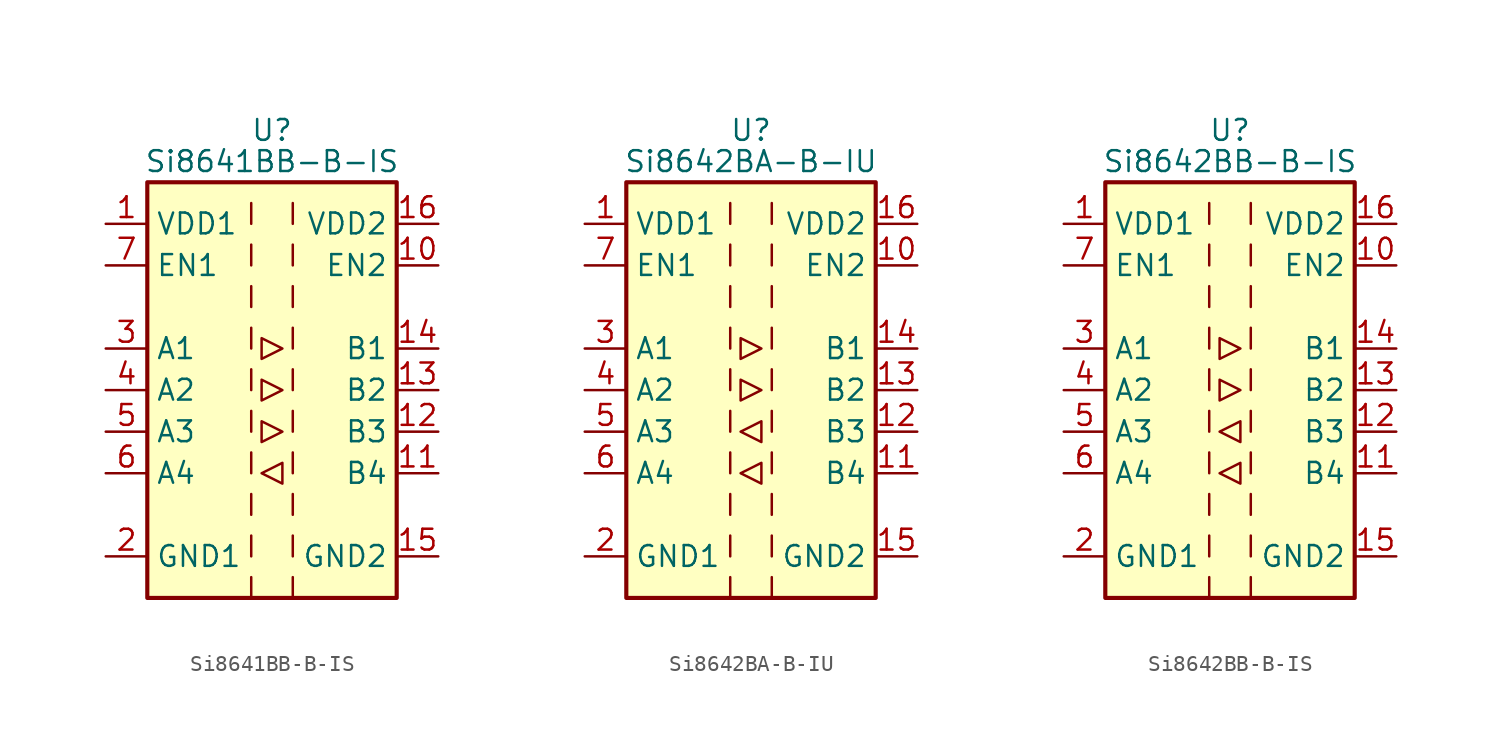
<source format=kicad_sym>
(kicad_symbol_lib
  (version 20201005)
  (generator kicad_symbol_editor)
  (symbol "Isolator_Digital:Si8641BB-B-IS"
    (property "Reference" "U"
      (at 0 15.875 0)
      (effects (font (size 1.27 1.27))))
    (property "Value" "Si8641BB-B-IS"
      (at 0 13.97 0)
      (effects (font (size 1.27 1.27))))
    (symbol "Si8641BB-B-IS_0_1"
      (rectangle (start -7.62 12.7) (end 7.62 -12.7) (stroke (width 0.254)) (fill (type background)))
      (polyline (pts (xy -1.27 -11.43) (xy -1.27 -12.7)) (stroke (width 0)) (fill (type none)))
      (polyline (pts (xy -1.27 -8.89) (xy -1.27 -10.16)) (stroke (width 0)) (fill (type none)))
      (polyline (pts (xy -1.27 -6.35) (xy -1.27 -7.62)) (stroke (width 0)) (fill (type none)))
      (polyline (pts (xy -1.27 -3.81) (xy -1.27 -5.08)) (stroke (width 0)) (fill (type none)))
      (polyline (pts (xy -1.27 -1.27) (xy -1.27 -2.54)) (stroke (width 0)) (fill (type none)))
      (polyline (pts (xy -1.27 1.27) (xy -1.27 0)) (stroke (width 0)) (fill (type none)))
      (polyline (pts (xy -1.27 3.81) (xy -1.27 2.54)) (stroke (width 0)) (fill (type none)))
      (polyline (pts (xy -1.27 6.35) (xy -1.27 5.08)) (stroke (width 0)) (fill (type none)))
      (polyline (pts (xy -1.27 8.89) (xy -1.27 7.62)) (stroke (width 0)) (fill (type none)))
      (polyline (pts (xy -1.27 11.43) (xy -1.27 10.16)) (stroke (width 0)) (fill (type none)))
      (polyline (pts (xy 1.27 -11.43) (xy 1.27 -12.7)) (stroke (width 0)) (fill (type none)))
      (polyline (pts (xy 1.27 -8.89) (xy 1.27 -10.16)) (stroke (width 0)) (fill (type none)))
      (polyline (pts (xy 1.27 -6.35) (xy 1.27 -7.62)) (stroke (width 0)) (fill (type none)))
      (polyline (pts (xy 1.27 -3.81) (xy 1.27 -5.08)) (stroke (width 0)) (fill (type none)))
      (polyline (pts (xy 1.27 -1.27) (xy 1.27 -2.54)) (stroke (width 0)) (fill (type none)))
      (polyline (pts (xy 1.27 1.27) (xy 1.27 0)) (stroke (width 0)) (fill (type none)))
      (polyline (pts (xy 1.27 3.81) (xy 1.27 2.54)) (stroke (width 0)) (fill (type none)))
      (polyline (pts (xy 1.27 6.35) (xy 1.27 5.08)) (stroke (width 0)) (fill (type none)))
      (polyline (pts (xy 1.27 8.89) (xy 1.27 7.62)) (stroke (width 0)) (fill (type none)))
      (polyline (pts (xy 1.27 11.43) (xy 1.27 10.16)) (stroke (width 0)) (fill (type none)))
      (polyline (pts (xy -0.635 -5.08) (xy 0.635 -4.445) (xy 0.635 -5.715) (xy -0.635 -5.08)) (stroke (width 0)) (fill (type none)))
      (polyline (pts (xy -0.635 0.635) (xy -0.635 -0.635) (xy 0.635 0) (xy -0.635 0.635)) (stroke (width 0)) (fill (type none)))
      (polyline (pts (xy -0.635 3.175) (xy -0.635 1.905) (xy 0.635 2.54) (xy -0.635 3.175)) (stroke (width 0)) (fill (type none)))
      (polyline (pts (xy 0.635 -2.54) (xy -0.635 -1.905) (xy -0.635 -3.175) (xy 0.635 -2.54)) (stroke (width 0)) (fill (type none))))
    (symbol "Si8641BB-B-IS_1_1"
      (pin power_in line (at -10.16 10.16 0) (length 2.54) (name "VDD1" (effects (font (size 1.27 1.27)))) (number "1" (effects (font (size 1.27 1.27)))))
      (pin input line (at 10.16 7.62 180) (length 2.54) (name "EN2" (effects (font (size 1.27 1.27)))) (number "10" (effects (font (size 1.27 1.27)))))
      (pin input line (at 10.16 -5.08 180) (length 2.54) (name "B4" (effects (font (size 1.27 1.27)))) (number "11" (effects (font (size 1.27 1.27)))))
      (pin output line (at 10.16 -2.54 180) (length 2.54) (name "B3" (effects (font (size 1.27 1.27)))) (number "12" (effects (font (size 1.27 1.27)))))
      (pin output line (at 10.16 0 180) (length 2.54) (name "B2" (effects (font (size 1.27 1.27)))) (number "13" (effects (font (size 1.27 1.27)))))
      (pin output line (at 10.16 2.54 180) (length 2.54) (name "B1" (effects (font (size 1.27 1.27)))) (number "14" (effects (font (size 1.27 1.27)))))
      (pin power_in line (at 10.16 -10.16 180) (length 2.54) (name "GND2" (effects (font (size 1.27 1.27)))) (number "15" (effects (font (size 1.27 1.27)))))
      (pin power_in line (at 10.16 10.16 180) (length 2.54) (name "VDD2" (effects (font (size 1.27 1.27)))) (number "16" (effects (font (size 1.27 1.27)))))
      (pin power_in line (at -10.16 -10.16 0) (length 2.54) (name "GND1" (effects (font (size 1.27 1.27)))) (number "2" (effects (font (size 1.27 1.27)))))
      (pin input line (at -10.16 2.54 0) (length 2.54) (name "A1" (effects (font (size 1.27 1.27)))) (number "3" (effects (font (size 1.27 1.27)))))
      (pin input line (at -10.16 0 0) (length 2.54) (name "A2" (effects (font (size 1.27 1.27)))) (number "4" (effects (font (size 1.27 1.27)))))
      (pin input line (at -10.16 -2.54 0) (length 2.54) (name "A3" (effects (font (size 1.27 1.27)))) (number "5" (effects (font (size 1.27 1.27)))))
      (pin output line (at -10.16 -5.08 0) (length 2.54) (name "A4" (effects (font (size 1.27 1.27)))) (number "6" (effects (font (size 1.27 1.27)))))
      (pin input line (at -10.16 7.62 0) (length 2.54) (name "EN1" (effects (font (size 1.27 1.27)))) (number "7" (effects (font (size 1.27 1.27)))))
      (pin passive line (at -10.16 -10.16 0) (length 2.54) hide (name "GND1" (effects (font (size 1.27 1.27)))) (number "8" (effects (font (size 1.27 1.27)))))
      (pin passive line (at 10.16 -10.16 180) (length 2.54) hide (name "GND2" (effects (font (size 1.27 1.27)))) (number "9" (effects (font (size 1.27 1.27)))))))
  (symbol "Isolator_Digital:Si8642BA-B-IU"
    (property "Reference" "U"
      (at 0 15.875 0)
      (effects (font (size 1.27 1.27))))
    (property "Value" "Si8642BA-B-IU"
      (at 0 13.97 0)
      (effects (font (size 1.27 1.27))))
    (symbol "Si8642BA-B-IU_0_1"
      (rectangle (start -7.62 12.7) (end 7.62 -12.7) (stroke (width 0.254)) (fill (type background)))
      (polyline (pts (xy -1.27 -11.43) (xy -1.27 -12.7)) (stroke (width 0)) (fill (type none)))
      (polyline (pts (xy -1.27 -8.89) (xy -1.27 -10.16)) (stroke (width 0)) (fill (type none)))
      (polyline (pts (xy -1.27 -6.35) (xy -1.27 -7.62)) (stroke (width 0)) (fill (type none)))
      (polyline (pts (xy -1.27 -3.81) (xy -1.27 -5.08)) (stroke (width 0)) (fill (type none)))
      (polyline (pts (xy -1.27 -1.27) (xy -1.27 -2.54)) (stroke (width 0)) (fill (type none)))
      (polyline (pts (xy -1.27 1.27) (xy -1.27 0)) (stroke (width 0)) (fill (type none)))
      (polyline (pts (xy -1.27 3.81) (xy -1.27 2.54)) (stroke (width 0)) (fill (type none)))
      (polyline (pts (xy -1.27 6.35) (xy -1.27 5.08)) (stroke (width 0)) (fill (type none)))
      (polyline (pts (xy -1.27 8.89) (xy -1.27 7.62)) (stroke (width 0)) (fill (type none)))
      (polyline (pts (xy -1.27 11.43) (xy -1.27 10.16)) (stroke (width 0)) (fill (type none)))
      (polyline (pts (xy 1.27 -11.43) (xy 1.27 -12.7)) (stroke (width 0)) (fill (type none)))
      (polyline (pts (xy 1.27 -8.89) (xy 1.27 -10.16)) (stroke (width 0)) (fill (type none)))
      (polyline (pts (xy 1.27 -6.35) (xy 1.27 -7.62)) (stroke (width 0)) (fill (type none)))
      (polyline (pts (xy 1.27 -3.81) (xy 1.27 -5.08)) (stroke (width 0)) (fill (type none)))
      (polyline (pts (xy 1.27 -1.27) (xy 1.27 -2.54)) (stroke (width 0)) (fill (type none)))
      (polyline (pts (xy 1.27 1.27) (xy 1.27 0)) (stroke (width 0)) (fill (type none)))
      (polyline (pts (xy 1.27 3.81) (xy 1.27 2.54)) (stroke (width 0)) (fill (type none)))
      (polyline (pts (xy 1.27 6.35) (xy 1.27 5.08)) (stroke (width 0)) (fill (type none)))
      (polyline (pts (xy 1.27 8.89) (xy 1.27 7.62)) (stroke (width 0)) (fill (type none)))
      (polyline (pts (xy 1.27 11.43) (xy 1.27 10.16)) (stroke (width 0)) (fill (type none)))
      (polyline (pts (xy -0.635 -5.08) (xy 0.635 -4.445) (xy 0.635 -5.715) (xy -0.635 -5.08)) (stroke (width 0)) (fill (type none)))
      (polyline (pts (xy -0.635 -2.54) (xy 0.635 -1.905) (xy 0.635 -3.175) (xy -0.635 -2.54)) (stroke (width 0)) (fill (type none)))
      (polyline (pts (xy -0.635 0.635) (xy -0.635 -0.635) (xy 0.635 0) (xy -0.635 0.635)) (stroke (width 0)) (fill (type none)))
      (polyline (pts (xy -0.635 3.175) (xy -0.635 1.905) (xy 0.635 2.54) (xy -0.635 3.175)) (stroke (width 0)) (fill (type none))))
    (symbol "Si8642BA-B-IU_1_1"
      (pin power_in line (at -10.16 10.16 0) (length 2.54) (name "VDD1" (effects (font (size 1.27 1.27)))) (number "1" (effects (font (size 1.27 1.27)))))
      (pin input line (at 10.16 7.62 180) (length 2.54) (name "EN2" (effects (font (size 1.27 1.27)))) (number "10" (effects (font (size 1.27 1.27)))))
      (pin input line (at 10.16 -5.08 180) (length 2.54) (name "B4" (effects (font (size 1.27 1.27)))) (number "11" (effects (font (size 1.27 1.27)))))
      (pin input line (at 10.16 -2.54 180) (length 2.54) (name "B3" (effects (font (size 1.27 1.27)))) (number "12" (effects (font (size 1.27 1.27)))))
      (pin output line (at 10.16 0 180) (length 2.54) (name "B2" (effects (font (size 1.27 1.27)))) (number "13" (effects (font (size 1.27 1.27)))))
      (pin output line (at 10.16 2.54 180) (length 2.54) (name "B1" (effects (font (size 1.27 1.27)))) (number "14" (effects (font (size 1.27 1.27)))))
      (pin power_in line (at 10.16 -10.16 180) (length 2.54) (name "GND2" (effects (font (size 1.27 1.27)))) (number "15" (effects (font (size 1.27 1.27)))))
      (pin power_in line (at 10.16 10.16 180) (length 2.54) (name "VDD2" (effects (font (size 1.27 1.27)))) (number "16" (effects (font (size 1.27 1.27)))))
      (pin power_in line (at -10.16 -10.16 0) (length 2.54) (name "GND1" (effects (font (size 1.27 1.27)))) (number "2" (effects (font (size 1.27 1.27)))))
      (pin input line (at -10.16 2.54 0) (length 2.54) (name "A1" (effects (font (size 1.27 1.27)))) (number "3" (effects (font (size 1.27 1.27)))))
      (pin input line (at -10.16 0 0) (length 2.54) (name "A2" (effects (font (size 1.27 1.27)))) (number "4" (effects (font (size 1.27 1.27)))))
      (pin output line (at -10.16 -2.54 0) (length 2.54) (name "A3" (effects (font (size 1.27 1.27)))) (number "5" (effects (font (size 1.27 1.27)))))
      (pin output line (at -10.16 -5.08 0) (length 2.54) (name "A4" (effects (font (size 1.27 1.27)))) (number "6" (effects (font (size 1.27 1.27)))))
      (pin input line (at -10.16 7.62 0) (length 2.54) (name "EN1" (effects (font (size 1.27 1.27)))) (number "7" (effects (font (size 1.27 1.27)))))
      (pin passive line (at -10.16 -10.16 0) (length 2.54) hide (name "GND1" (effects (font (size 1.27 1.27)))) (number "8" (effects (font (size 1.27 1.27)))))
      (pin passive line (at 10.16 -10.16 180) (length 2.54) hide (name "GND2" (effects (font (size 1.27 1.27)))) (number "9" (effects (font (size 1.27 1.27)))))))
  (symbol "Isolator_Digital:Si8642BB-B-IS"
    (property "Reference" "U"
      (at 0 15.875 0)
      (effects (font (size 1.27 1.27))))
    (property "Value" "Si8642BB-B-IS"
      (at 0 13.97 0)
      (effects (font (size 1.27 1.27))))
    (symbol "Si8642BB-B-IS_0_1"
      (rectangle (start -7.62 12.7) (end 7.62 -12.7) (stroke (width 0.254)) (fill (type background)))
      (polyline (pts (xy -1.27 -11.43) (xy -1.27 -12.7)) (stroke (width 0)) (fill (type none)))
      (polyline (pts (xy -1.27 -8.89) (xy -1.27 -10.16)) (stroke (width 0)) (fill (type none)))
      (polyline (pts (xy -1.27 -6.35) (xy -1.27 -7.62)) (stroke (width 0)) (fill (type none)))
      (polyline (pts (xy -1.27 -3.81) (xy -1.27 -5.08)) (stroke (width 0)) (fill (type none)))
      (polyline (pts (xy -1.27 -1.27) (xy -1.27 -2.54)) (stroke (width 0)) (fill (type none)))
      (polyline (pts (xy -1.27 1.27) (xy -1.27 0)) (stroke (width 0)) (fill (type none)))
      (polyline (pts (xy -1.27 3.81) (xy -1.27 2.54)) (stroke (width 0)) (fill (type none)))
      (polyline (pts (xy -1.27 6.35) (xy -1.27 5.08)) (stroke (width 0)) (fill (type none)))
      (polyline (pts (xy -1.27 8.89) (xy -1.27 7.62)) (stroke (width 0)) (fill (type none)))
      (polyline (pts (xy -1.27 11.43) (xy -1.27 10.16)) (stroke (width 0)) (fill (type none)))
      (polyline (pts (xy 1.27 -11.43) (xy 1.27 -12.7)) (stroke (width 0)) (fill (type none)))
      (polyline (pts (xy 1.27 -8.89) (xy 1.27 -10.16)) (stroke (width 0)) (fill (type none)))
      (polyline (pts (xy 1.27 -6.35) (xy 1.27 -7.62)) (stroke (width 0)) (fill (type none)))
      (polyline (pts (xy 1.27 -3.81) (xy 1.27 -5.08)) (stroke (width 0)) (fill (type none)))
      (polyline (pts (xy 1.27 -1.27) (xy 1.27 -2.54)) (stroke (width 0)) (fill (type none)))
      (polyline (pts (xy 1.27 1.27) (xy 1.27 0)) (stroke (width 0)) (fill (type none)))
      (polyline (pts (xy 1.27 3.81) (xy 1.27 2.54)) (stroke (width 0)) (fill (type none)))
      (polyline (pts (xy 1.27 6.35) (xy 1.27 5.08)) (stroke (width 0)) (fill (type none)))
      (polyline (pts (xy 1.27 8.89) (xy 1.27 7.62)) (stroke (width 0)) (fill (type none)))
      (polyline (pts (xy 1.27 11.43) (xy 1.27 10.16)) (stroke (width 0)) (fill (type none)))
      (polyline (pts (xy -0.635 -5.08) (xy 0.635 -4.445) (xy 0.635 -5.715) (xy -0.635 -5.08)) (stroke (width 0)) (fill (type none)))
      (polyline (pts (xy -0.635 -2.54) (xy 0.635 -1.905) (xy 0.635 -3.175) (xy -0.635 -2.54)) (stroke (width 0)) (fill (type none)))
      (polyline (pts (xy -0.635 0.635) (xy -0.635 -0.635) (xy 0.635 0) (xy -0.635 0.635)) (stroke (width 0)) (fill (type none)))
      (polyline (pts (xy -0.635 3.175) (xy -0.635 1.905) (xy 0.635 2.54) (xy -0.635 3.175)) (stroke (width 0)) (fill (type none))))
    (symbol "Si8642BB-B-IS_1_1"
      (pin power_in line (at -10.16 10.16 0) (length 2.54) (name "VDD1" (effects (font (size 1.27 1.27)))) (number "1" (effects (font (size 1.27 1.27)))))
      (pin input line (at 10.16 7.62 180) (length 2.54) (name "EN2" (effects (font (size 1.27 1.27)))) (number "10" (effects (font (size 1.27 1.27)))))
      (pin input line (at 10.16 -5.08 180) (length 2.54) (name "B4" (effects (font (size 1.27 1.27)))) (number "11" (effects (font (size 1.27 1.27)))))
      (pin input line (at 10.16 -2.54 180) (length 2.54) (name "B3" (effects (font (size 1.27 1.27)))) (number "12" (effects (font (size 1.27 1.27)))))
      (pin output line (at 10.16 0 180) (length 2.54) (name "B2" (effects (font (size 1.27 1.27)))) (number "13" (effects (font (size 1.27 1.27)))))
      (pin output line (at 10.16 2.54 180) (length 2.54) (name "B1" (effects (font (size 1.27 1.27)))) (number "14" (effects (font (size 1.27 1.27)))))
      (pin power_in line (at 10.16 -10.16 180) (length 2.54) (name "GND2" (effects (font (size 1.27 1.27)))) (number "15" (effects (font (size 1.27 1.27)))))
      (pin power_in line (at 10.16 10.16 180) (length 2.54) (name "VDD2" (effects (font (size 1.27 1.27)))) (number "16" (effects (font (size 1.27 1.27)))))
      (pin power_in line (at -10.16 -10.16 0) (length 2.54) (name "GND1" (effects (font (size 1.27 1.27)))) (number "2" (effects (font (size 1.27 1.27)))))
      (pin input line (at -10.16 2.54 0) (length 2.54) (name "A1" (effects (font (size 1.27 1.27)))) (number "3" (effects (font (size 1.27 1.27)))))
      (pin input line (at -10.16 0 0) (length 2.54) (name "A2" (effects (font (size 1.27 1.27)))) (number "4" (effects (font (size 1.27 1.27)))))
      (pin output line (at -10.16 -2.54 0) (length 2.54) (name "A3" (effects (font (size 1.27 1.27)))) (number "5" (effects (font (size 1.27 1.27)))))
      (pin output line (at -10.16 -5.08 0) (length 2.54) (name "A4" (effects (font (size 1.27 1.27)))) (number "6" (effects (font (size 1.27 1.27)))))
      (pin input line (at -10.16 7.62 0) (length 2.54) (name "EN1" (effects (font (size 1.27 1.27)))) (number "7" (effects (font (size 1.27 1.27)))))
      (pin passive line (at -10.16 -10.16 0) (length 2.54) hide (name "GND1" (effects (font (size 1.27 1.27)))) (number "8" (effects (font (size 1.27 1.27)))))
      (pin passive line (at 10.16 -10.16 180) (length 2.54) hide (name "GND2" (effects (font (size 1.27 1.27)))) (number "9" (effects (font (size 1.27 1.27))))))))
</source>
